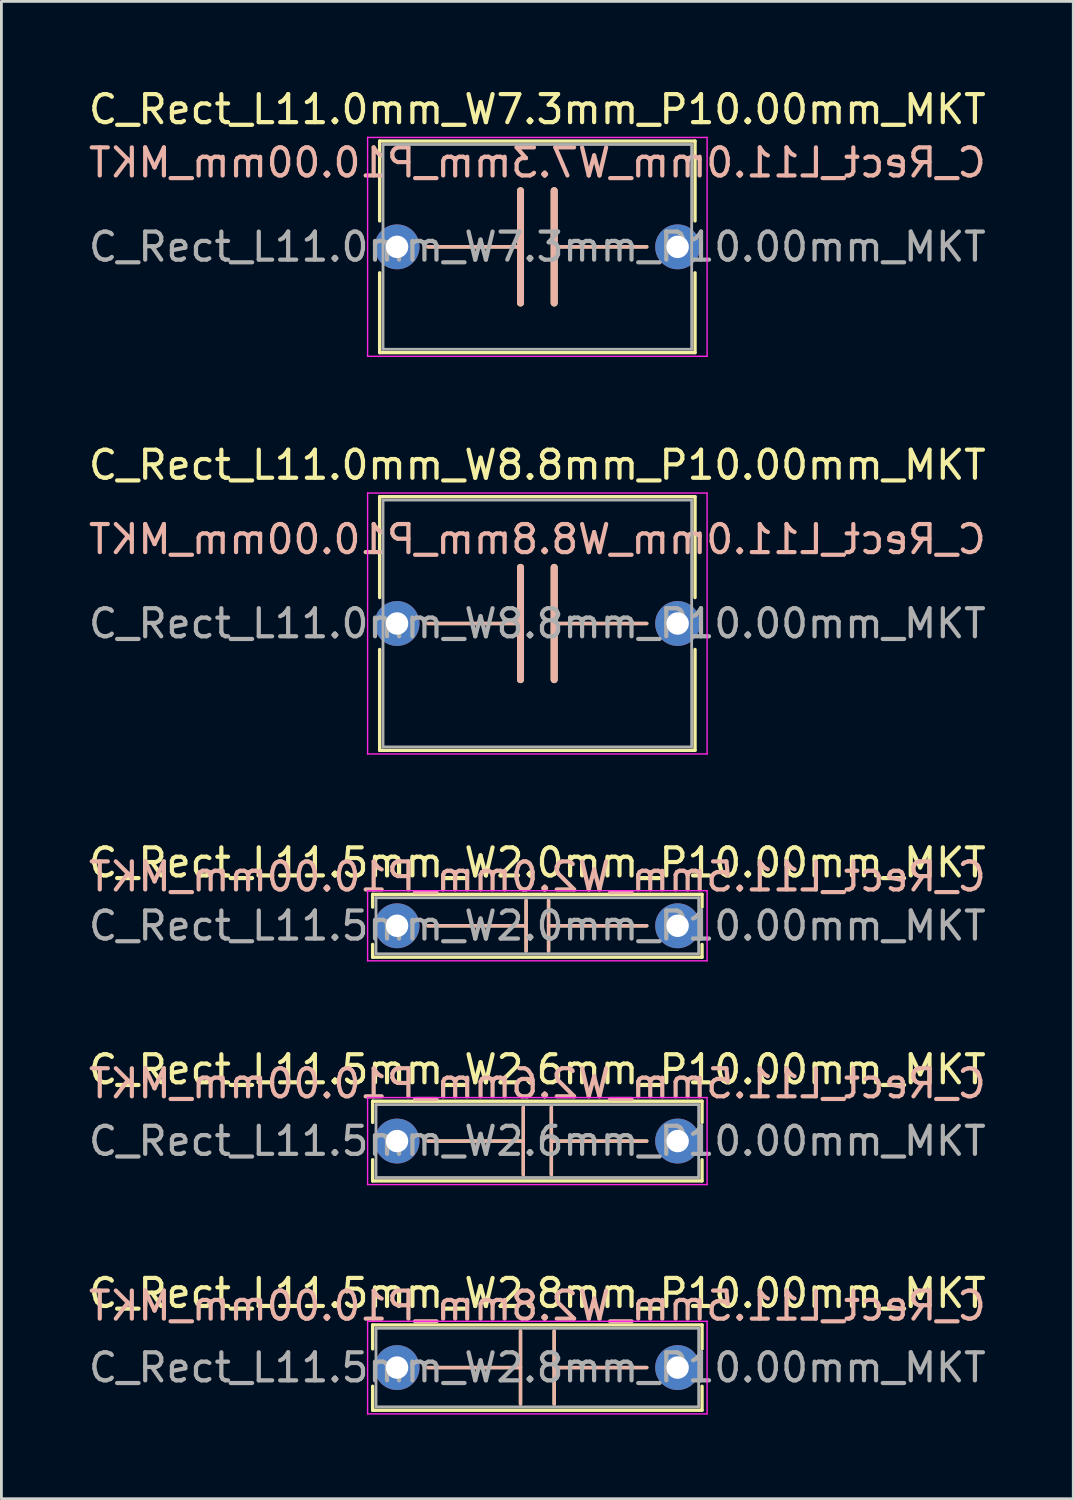
<source format=kicad_pcb>
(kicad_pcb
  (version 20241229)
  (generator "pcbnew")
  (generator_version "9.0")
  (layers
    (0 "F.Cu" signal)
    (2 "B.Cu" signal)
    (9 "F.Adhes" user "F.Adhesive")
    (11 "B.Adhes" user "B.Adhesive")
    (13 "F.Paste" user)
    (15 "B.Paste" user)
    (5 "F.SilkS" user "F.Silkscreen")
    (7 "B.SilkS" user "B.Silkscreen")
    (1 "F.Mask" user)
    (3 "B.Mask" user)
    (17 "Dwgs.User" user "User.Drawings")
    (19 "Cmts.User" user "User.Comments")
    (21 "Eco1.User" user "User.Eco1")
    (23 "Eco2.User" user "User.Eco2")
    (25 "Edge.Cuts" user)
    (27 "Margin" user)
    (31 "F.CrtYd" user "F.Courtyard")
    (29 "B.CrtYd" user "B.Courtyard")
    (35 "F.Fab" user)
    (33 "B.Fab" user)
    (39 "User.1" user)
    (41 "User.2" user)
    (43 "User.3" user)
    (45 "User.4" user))
  (footprint "C_Rect_L11.5mm_W2.0mm_P10.00mm_MKT"
    (layer "F.Cu")
    (at 11.101 29.945)
    (property "Reference" "C_Rect_L11.5mm_W2.0mm_P10.00mm_MKT" (at 5 -2.25 0) (layer "F.SilkS") (effects (font (size 1 1) (thickness 0.15))))
    (fp_line (start -0.87 -1.12) (end -0.87 -0.665) (stroke (width 0.12) (type solid)) (layer "F.SilkS"))
    (fp_line (start -0.87 -1.12) (end 10.87 -1.12) (stroke (width 0.12) (type solid)) (layer "F.SilkS"))
    (fp_line (start -0.87 0.665) (end -0.87 1.12) (stroke (width 0.12) (type solid)) (layer "F.SilkS"))
    (fp_line (start -0.87 1.12) (end 10.87 1.12) (stroke (width 0.12) (type solid)) (layer "F.SilkS"))
    (fp_line (start 1.1 0) (end 4.6 0) (stroke (width 0.12) (type solid)) (layer "F.SilkS"))
    (fp_line (start 4.6 0.9) (end 4.6 -0.9) (stroke (width 0.12) (type solid)) (layer "F.SilkS"))
    (fp_line (start 5.4 0.9) (end 5.4 -0.9) (stroke (width 0.12) (type solid)) (layer "F.SilkS"))
    (fp_line (start 8.9 0) (end 5.4 0) (stroke (width 0.12) (type solid)) (layer "F.SilkS"))
    (fp_line (start 10.87 -1.12) (end 10.87 -0.665) (stroke (width 0.12) (type solid)) (layer "F.SilkS"))
    (fp_line (start 10.87 0.665) (end 10.87 1.12) (stroke (width 0.12) (type solid)) (layer "F.SilkS"))
    (fp_line (start 1.1 0) (end 4.6 0) (stroke (width 0.12) (type solid)) (layer "B.SilkS"))
    (fp_line (start 4.6 -0.9) (end 4.6 0.9) (stroke (width 0.12) (type solid)) (layer "B.SilkS"))
    (fp_line (start 5.4 -0.9) (end 5.4 0.9) (stroke (width 0.12) (type solid)) (layer "B.SilkS"))
    (fp_line (start 8.9 0) (end 5.4 0) (stroke (width 0.12) (type solid)) (layer "B.SilkS"))
    (fp_line (start -1.05 -1.25) (end -1.05 1.25) (stroke (width 0.05) (type solid)) (layer "F.CrtYd"))
    (fp_line (start -1.05 1.25) (end 11.05 1.25) (stroke (width 0.05) (type solid)) (layer "F.CrtYd"))
    (fp_line (start 11.05 -1.25) (end -1.05 -1.25) (stroke (width 0.05) (type solid)) (layer "F.CrtYd"))
    (fp_line (start 11.05 1.25) (end 11.05 -1.25) (stroke (width 0.05) (type solid)) (layer "F.CrtYd"))
    (fp_line (start -0.75 -1) (end -0.75 1) (stroke (width 0.1) (type solid)) (layer "F.Fab"))
    (fp_line (start -0.75 1) (end 10.75 1) (stroke (width 0.1) (type solid)) (layer "F.Fab"))
    (fp_line (start 10.75 -1) (end -0.75 -1) (stroke (width 0.1) (type solid)) (layer "F.Fab"))
    (fp_line (start 10.75 1) (end 10.75 -1) (stroke (width 0.1) (type solid)) (layer "F.Fab"))
    (fp_text user "${REFERENCE}" (at 5 -1.75 0) (layer "B.SilkS") (effects (font (size 1 1) (thickness 0.15)) (justify mirror)))
    (fp_text user "${REFERENCE}" (at 5 0 0) (layer "F.Fab") (effects (font (size 1 1) (thickness 0.15))))
    (pad "1" thru_hole circle (at 0 0) (size 1.6 1.6) (drill 0.8) (layers "*.Cu" "*.Mask"))
    (pad "2" thru_hole circle (at 10 0) (size 1.6 1.6) (drill 0.8) (layers "*.Cu" "*.Mask")))
  (footprint "C_Rect_L11.5mm_W2.8mm_P10.00mm_MKT"
    (layer "F.Cu")
    (at 11.101 45.691)
    (property "Reference" "C_Rect_L11.5mm_W2.8mm_P10.00mm_MKT" (at 5 -2.65 0) (layer "F.SilkS") (effects (font (size 1 1) (thickness 0.15))))
    (fp_line (start -0.87 -1.52) (end -0.87 -0.665) (stroke (width 0.12) (type solid)) (layer "F.SilkS"))
    (fp_line (start -0.87 -1.52) (end 10.87 -1.52) (stroke (width 0.12) (type solid)) (layer "F.SilkS"))
    (fp_line (start -0.87 0.665) (end -0.87 1.52) (stroke (width 0.12) (type solid)) (layer "F.SilkS"))
    (fp_line (start -0.87 1.52) (end 10.87 1.52) (stroke (width 0.12) (type solid)) (layer "F.SilkS"))
    (fp_line (start 1.1 0) (end 4.4 0) (stroke (width 0.12) (type solid)) (layer "F.SilkS"))
    (fp_line (start 4.4 1.3) (end 4.4 -1.3) (stroke (width 0.12) (type solid)) (layer "F.SilkS"))
    (fp_line (start 5.6 1.3) (end 5.6 -1.3) (stroke (width 0.12) (type solid)) (layer "F.SilkS"))
    (fp_line (start 8.9 0) (end 5.6 0) (stroke (width 0.12) (type solid)) (layer "F.SilkS"))
    (fp_line (start 10.87 -1.52) (end 10.87 -0.665) (stroke (width 0.12) (type solid)) (layer "F.SilkS"))
    (fp_line (start 10.87 0.665) (end 10.87 1.52) (stroke (width 0.12) (type solid)) (layer "F.SilkS"))
    (fp_line (start 1.1 0) (end 4.4 0) (stroke (width 0.12) (type solid)) (layer "B.SilkS"))
    (fp_line (start 4.4 -1.3) (end 4.4 1.3) (stroke (width 0.12) (type solid)) (layer "B.SilkS"))
    (fp_line (start 5.6 -1.3) (end 5.6 1.3) (stroke (width 0.12) (type solid)) (layer "B.SilkS"))
    (fp_line (start 8.9 0) (end 5.6 0) (stroke (width 0.12) (type solid)) (layer "B.SilkS"))
    (fp_line (start -1.05 -1.65) (end -1.05 1.65) (stroke (width 0.05) (type solid)) (layer "F.CrtYd"))
    (fp_line (start -1.05 1.65) (end 11.05 1.65) (stroke (width 0.05) (type solid)) (layer "F.CrtYd"))
    (fp_line (start 11.05 -1.65) (end -1.05 -1.65) (stroke (width 0.05) (type solid)) (layer "F.CrtYd"))
    (fp_line (start 11.05 1.65) (end 11.05 -1.65) (stroke (width 0.05) (type solid)) (layer "F.CrtYd"))
    (fp_line (start -0.75 -1.4) (end -0.75 1.4) (stroke (width 0.1) (type solid)) (layer "F.Fab"))
    (fp_line (start -0.75 1.4) (end 10.75 1.4) (stroke (width 0.1) (type solid)) (layer "F.Fab"))
    (fp_line (start 10.75 -1.4) (end -0.75 -1.4) (stroke (width 0.1) (type solid)) (layer "F.Fab"))
    (fp_line (start 10.75 1.4) (end 10.75 -1.4) (stroke (width 0.1) (type solid)) (layer "F.Fab"))
    (fp_text user "${REFERENCE}" (at 5 -2.2 0) (layer "B.SilkS") (effects (font (size 1 1) (thickness 0.15)) (justify mirror)))
    (fp_text user "${REFERENCE}" (at 5 0 0) (layer "F.Fab") (effects (font (size 1 1) (thickness 0.15))))
    (pad "1" thru_hole circle (at 0 0) (size 1.6 1.6) (drill 0.8) (layers "*.Cu" "*.Mask"))
    (pad "2" thru_hole circle (at 10 0) (size 1.6 1.6) (drill 0.8) (layers "*.Cu" "*.Mask")))
  (footprint "C_Rect_L11.0mm_W8.8mm_P10.00mm_MKT"
    (layer "F.Cu")
    (at 11.101 19.172)
    (property "Reference" "C_Rect_L11.0mm_W8.8mm_P10.00mm_MKT" (at 5 -5.65 0) (layer "F.SilkS") (effects (font (size 1 1) (thickness 0.15))))
    (fp_line (start -0.62 -4.52) (end -0.62 -0.925) (stroke (width 0.12) (type solid)) (layer "F.SilkS"))
    (fp_line (start -0.62 -4.52) (end 10.62 -4.52) (stroke (width 0.12) (type solid)) (layer "F.SilkS"))
    (fp_line (start -0.62 0.925) (end -0.62 4.52) (stroke (width 0.12) (type solid)) (layer "F.SilkS"))
    (fp_line (start -0.62 4.52) (end 10.62 4.52) (stroke (width 0.12) (type solid)) (layer "F.SilkS"))
    (fp_line (start 1.1 0) (end 4.4 0) (stroke (width 0.12) (type solid)) (layer "F.SilkS"))
    (fp_line (start 4.4 2) (end 4.4 -2) (stroke (width 0.25) (type solid)) (layer "F.SilkS"))
    (fp_line (start 5.6 2) (end 5.6 -2) (stroke (width 0.25) (type solid)) (layer "F.SilkS"))
    (fp_line (start 8.9 0) (end 5.6 0) (stroke (width 0.12) (type solid)) (layer "F.SilkS"))
    (fp_line (start 10.62 -4.52) (end 10.62 -0.925) (stroke (width 0.12) (type solid)) (layer "F.SilkS"))
    (fp_line (start 10.62 0.925) (end 10.62 4.52) (stroke (width 0.12) (type solid)) (layer "F.SilkS"))
    (fp_line (start 1.1 0) (end 4.4 0) (stroke (width 0.12) (type solid)) (layer "B.SilkS"))
    (fp_line (start 4.4 -2) (end 4.4 2) (stroke (width 0.25) (type solid)) (layer "B.SilkS"))
    (fp_line (start 5.6 -2) (end 5.6 2) (stroke (width 0.25) (type solid)) (layer "B.SilkS"))
    (fp_line (start 8.9 0) (end 5.6 0) (stroke (width 0.12) (type solid)) (layer "B.SilkS"))
    (fp_line (start -1.05 -4.65) (end -1.05 4.65) (stroke (width 0.05) (type solid)) (layer "F.CrtYd"))
    (fp_line (start -1.05 4.65) (end 11.05 4.65) (stroke (width 0.05) (type solid)) (layer "F.CrtYd"))
    (fp_line (start 11.05 -4.65) (end -1.05 -4.65) (stroke (width 0.05) (type solid)) (layer "F.CrtYd"))
    (fp_line (start 11.05 4.65) (end 11.05 -4.65) (stroke (width 0.05) (type solid)) (layer "F.CrtYd"))
    (fp_line (start -0.5 -4.4) (end -0.5 4.4) (stroke (width 0.1) (type solid)) (layer "F.Fab"))
    (fp_line (start -0.5 4.4) (end 10.5 4.4) (stroke (width 0.1) (type solid)) (layer "F.Fab"))
    (fp_line (start 10.5 -4.4) (end -0.5 -4.4) (stroke (width 0.1) (type solid)) (layer "F.Fab"))
    (fp_line (start 10.5 4.4) (end 10.5 -4.4) (stroke (width 0.1) (type solid)) (layer "F.Fab"))
    (fp_text user "${REFERENCE}" (at 5 -3 0) (layer "B.SilkS") (effects (font (size 1 1) (thickness 0.15)) (justify mirror)))
    (fp_text user "${REFERENCE}" (at 5 0 0) (layer "F.Fab") (effects (font (size 1 1) (thickness 0.15))))
    (pad "1" thru_hole circle (at 0 0) (size 1.6 1.6) (drill 0.8) (layers "*.Cu" "*.Mask"))
    (pad "2" thru_hole circle (at 10 0) (size 1.6 1.6) (drill 0.8) (layers "*.Cu" "*.Mask")))
  (footprint "C_Rect_L11.0mm_W7.3mm_P10.00mm_MKT"
    (layer "F.Cu")
    (at 11.101 5.748)
    (property "Reference" "C_Rect_L11.0mm_W7.3mm_P10.00mm_MKT" (at 5 -4.9 0) (layer "F.SilkS") (effects (font (size 1 1) (thickness 0.15))))
    (fp_line (start -0.62 -3.77) (end -0.62 -0.925) (stroke (width 0.12) (type solid)) (layer "F.SilkS"))
    (fp_line (start -0.62 -3.77) (end 10.62 -3.77) (stroke (width 0.12) (type solid)) (layer "F.SilkS"))
    (fp_line (start -0.62 0.925) (end -0.62 3.77) (stroke (width 0.12) (type solid)) (layer "F.SilkS"))
    (fp_line (start -0.62 3.77) (end 10.62 3.77) (stroke (width 0.12) (type solid)) (layer "F.SilkS"))
    (fp_line (start 1.1 0) (end 4.4 0) (stroke (width 0.12) (type solid)) (layer "F.SilkS"))
    (fp_line (start 4.4 2) (end 4.4 -2) (stroke (width 0.25) (type solid)) (layer "F.SilkS"))
    (fp_line (start 5.6 2) (end 5.6 -2) (stroke (width 0.25) (type solid)) (layer "F.SilkS"))
    (fp_line (start 8.9 0) (end 5.6 0) (stroke (width 0.12) (type solid)) (layer "F.SilkS"))
    (fp_line (start 10.62 -3.77) (end 10.62 -0.925) (stroke (width 0.12) (type solid)) (layer "F.SilkS"))
    (fp_line (start 10.62 0.925) (end 10.62 3.77) (stroke (width 0.12) (type solid)) (layer "F.SilkS"))
    (fp_line (start 1.1 0) (end 4.4 0) (stroke (width 0.12) (type solid)) (layer "B.SilkS"))
    (fp_line (start 4.4 -2) (end 4.4 2) (stroke (width 0.25) (type solid)) (layer "B.SilkS"))
    (fp_line (start 5.6 -2) (end 5.6 2) (stroke (width 0.25) (type solid)) (layer "B.SilkS"))
    (fp_line (start 8.9 0) (end 5.6 0) (stroke (width 0.12) (type solid)) (layer "B.SilkS"))
    (fp_line (start -1.05 -3.9) (end -1.05 3.9) (stroke (width 0.05) (type solid)) (layer "F.CrtYd"))
    (fp_line (start -1.05 3.9) (end 11.05 3.9) (stroke (width 0.05) (type solid)) (layer "F.CrtYd"))
    (fp_line (start 11.05 -3.9) (end -1.05 -3.9) (stroke (width 0.05) (type solid)) (layer "F.CrtYd"))
    (fp_line (start 11.05 3.9) (end 11.05 -3.9) (stroke (width 0.05) (type solid)) (layer "F.CrtYd"))
    (fp_line (start -0.5 -3.65) (end -0.5 3.65) (stroke (width 0.1) (type solid)) (layer "F.Fab"))
    (fp_line (start -0.5 3.65) (end 10.5 3.65) (stroke (width 0.1) (type solid)) (layer "F.Fab"))
    (fp_line (start 10.5 -3.65) (end -0.5 -3.65) (stroke (width 0.1) (type solid)) (layer "F.Fab"))
    (fp_line (start 10.5 3.65) (end 10.5 -3.65) (stroke (width 0.1) (type solid)) (layer "F.Fab"))
    (fp_text user "${REFERENCE}" (at 5 -3 0) (layer "B.SilkS") (effects (font (size 1 1) (thickness 0.15)) (justify mirror)))
    (fp_text user "${REFERENCE}" (at 5 0 0) (layer "F.Fab") (effects (font (size 1 1) (thickness 0.15))))
    (pad "1" thru_hole circle (at 0 0) (size 1.6 1.6) (drill 0.8) (layers "*.Cu" "*.Mask"))
    (pad "2" thru_hole circle (at 10 0) (size 1.6 1.6) (drill 0.8) (layers "*.Cu" "*.Mask")))
  (footprint "C_Rect_L11.5mm_W2.6mm_P10.00mm_MKT"
    (layer "F.Cu")
    (at 11.101 37.618)
    (property "Reference" "C_Rect_L11.5mm_W2.6mm_P10.00mm_MKT" (at 5 -2.55 0) (layer "F.SilkS") (effects (font (size 1 1) (thickness 0.15))))
    (fp_line (start -0.87 -1.42) (end -0.87 -0.665) (stroke (width 0.12) (type solid)) (layer "F.SilkS"))
    (fp_line (start -0.87 -1.42) (end 10.87 -1.42) (stroke (width 0.12) (type solid)) (layer "F.SilkS"))
    (fp_line (start -0.87 0.665) (end -0.87 1.42) (stroke (width 0.12) (type solid)) (layer "F.SilkS"))
    (fp_line (start -0.87 1.42) (end 10.87 1.42) (stroke (width 0.12) (type solid)) (layer "F.SilkS"))
    (fp_line (start 1.1 0) (end 4.5 0) (stroke (width 0.12) (type solid)) (layer "F.SilkS"))
    (fp_line (start 4.5 1.2) (end 4.5 -1.2) (stroke (width 0.12) (type solid)) (layer "F.SilkS"))
    (fp_line (start 5.5 1.2) (end 5.5 -1.2) (stroke (width 0.12) (type solid)) (layer "F.SilkS"))
    (fp_line (start 8.9 0) (end 5.5 0) (stroke (width 0.12) (type solid)) (layer "F.SilkS"))
    (fp_line (start 10.87 -1.42) (end 10.87 -0.665) (stroke (width 0.12) (type solid)) (layer "F.SilkS"))
    (fp_line (start 10.87 0.665) (end 10.87 1.42) (stroke (width 0.12) (type solid)) (layer "F.SilkS"))
    (fp_line (start 1.1 0) (end 4.5 0) (stroke (width 0.12) (type solid)) (layer "B.SilkS"))
    (fp_line (start 4.5 -1.2) (end 4.5 1.2) (stroke (width 0.12) (type solid)) (layer "B.SilkS"))
    (fp_line (start 5.5 -1.2) (end 5.5 1.2) (stroke (width 0.12) (type solid)) (layer "B.SilkS"))
    (fp_line (start 8.9 0) (end 5.5 0) (stroke (width 0.12) (type solid)) (layer "B.SilkS"))
    (fp_line (start -1.05 -1.55) (end -1.05 1.55) (stroke (width 0.05) (type solid)) (layer "F.CrtYd"))
    (fp_line (start -1.05 1.55) (end 11.05 1.55) (stroke (width 0.05) (type solid)) (layer "F.CrtYd"))
    (fp_line (start 11.05 -1.55) (end -1.05 -1.55) (stroke (width 0.05) (type solid)) (layer "F.CrtYd"))
    (fp_line (start 11.05 1.55) (end 11.05 -1.55) (stroke (width 0.05) (type solid)) (layer "F.CrtYd"))
    (fp_line (start -0.75 -1.3) (end -0.75 1.3) (stroke (width 0.1) (type solid)) (layer "F.Fab"))
    (fp_line (start -0.75 1.3) (end 10.75 1.3) (stroke (width 0.1) (type solid)) (layer "F.Fab"))
    (fp_line (start 10.75 -1.3) (end -0.75 -1.3) (stroke (width 0.1) (type solid)) (layer "F.Fab"))
    (fp_line (start 10.75 1.3) (end 10.75 -1.3) (stroke (width 0.1) (type solid)) (layer "F.Fab"))
    (fp_text user "${REFERENCE}" (at 5 -2.05 0) (layer "B.SilkS") (effects (font (size 1 1) (thickness 0.15)) (justify mirror)))
    (fp_text user "${REFERENCE}" (at 5 0 0) (layer "F.Fab") (effects (font (size 1 1) (thickness 0.15))))
    (pad "1" thru_hole circle (at 0 0) (size 1.6 1.6) (drill 0.8) (layers "*.Cu" "*.Mask"))
    (pad "2" thru_hole circle (at 10 0) (size 1.6 1.6) (drill 0.8) (layers "*.Cu" "*.Mask")))
  (gr_rect
    (start -3 -3)
    (end 35.202 50.366)
    (stroke (width 0.1) (type default))
    (fill no)
    (layer "Edge.Cuts")))
</source>
